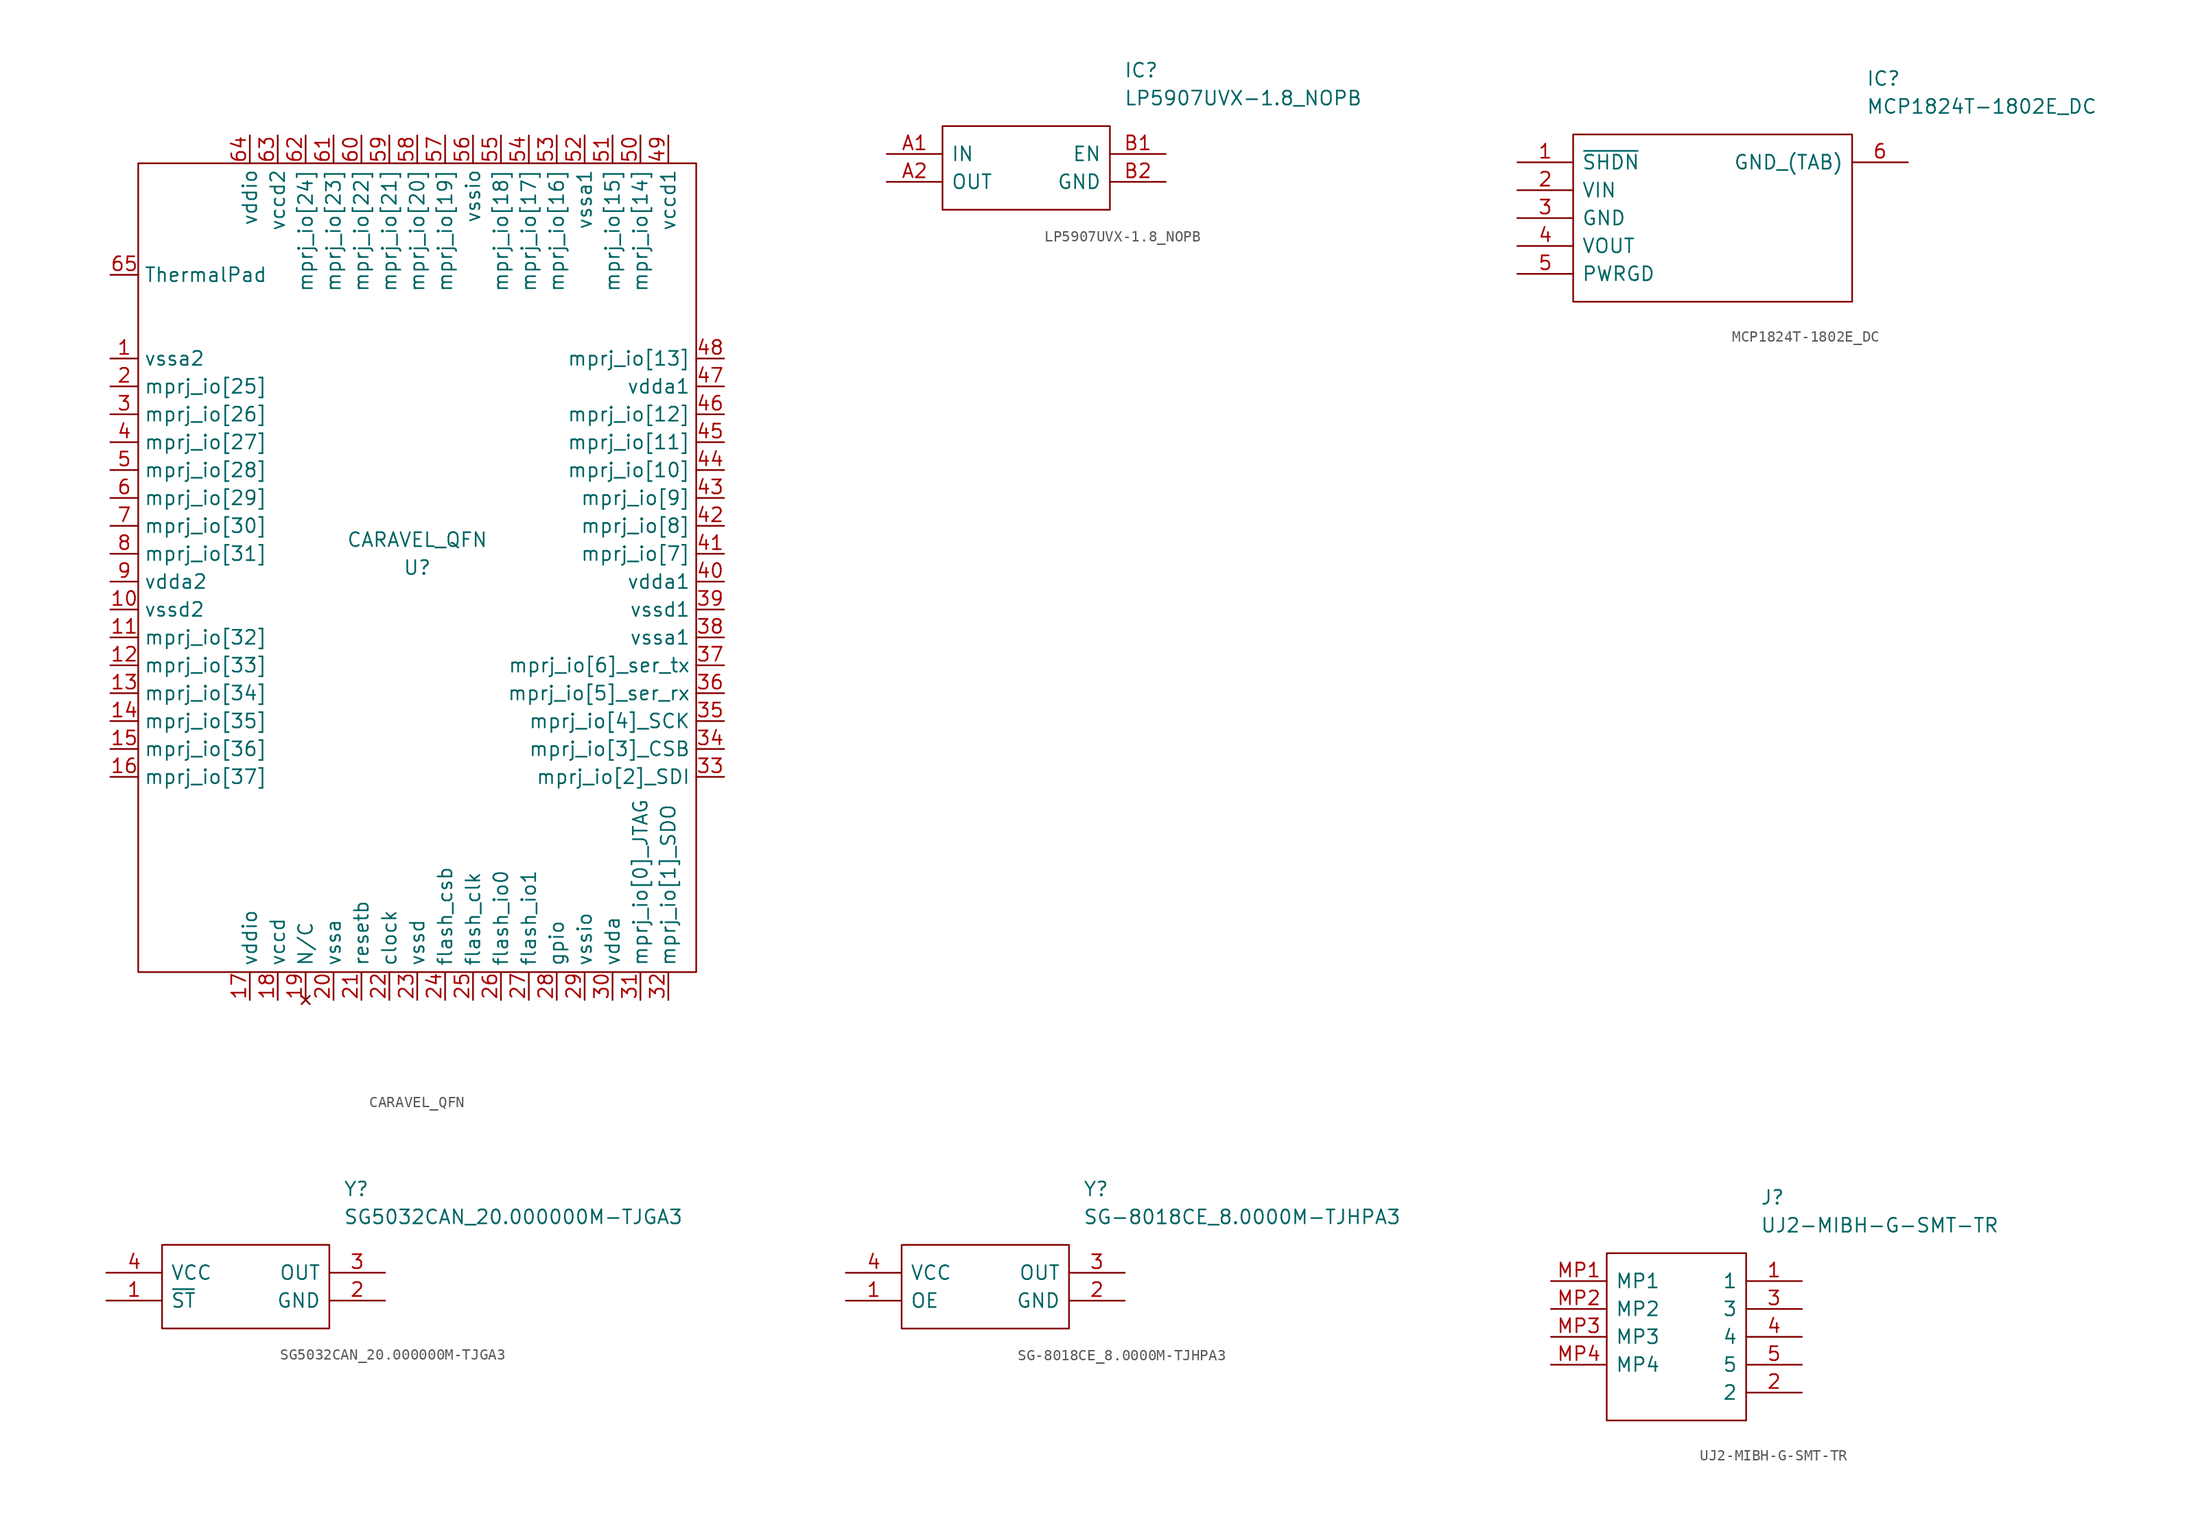
<source format=kicad_sym>
(kicad_symbol_lib
  (version 20231120)
  (generator "kicad_symbol_editor")
  (generator_version "8.0")
  (symbol "CARAVEL_QFN"
    (property "Reference" "U"
      (at 0 -1.27 0)
      (effects (font (size 1.27 1.27))))
    (property "Value" "CARAVEL_QFN"
      (at 0 1.27 0)
      (effects (font (size 1.27 1.27))))
    (symbol "CARAVEL_QFN_0_1"
      (rectangle (start -25.4 35.56) (end 25.4 -38.1) (stroke (width 0) (type default)) (fill (type none))))
    (symbol "CARAVEL_QFN_1_1"
      (pin power_in line (at -27.94 17.78 0) (length 2.54) (name "vssa2" (effects (font (size 1.27 1.27)))) (number "1" (effects (font (size 1.27 1.27)))))
      (pin power_in line (at -27.94 -5.08 0) (length 2.54) (name "vssd2" (effects (font (size 1.27 1.27)))) (number "10" (effects (font (size 1.27 1.27)))))
      (pin bidirectional line (at -27.94 -7.62 0) (length 2.54) (name "mprj_io[32]" (effects (font (size 1.27 1.27)))) (number "11" (effects (font (size 1.27 1.27)))))
      (pin bidirectional line (at -27.94 -10.16 0) (length 2.54) (name "mprj_io[33]" (effects (font (size 1.27 1.27)))) (number "12" (effects (font (size 1.27 1.27)))))
      (pin bidirectional line (at -27.94 -12.7 0) (length 2.54) (name "mprj_io[34]" (effects (font (size 1.27 1.27)))) (number "13" (effects (font (size 1.27 1.27)))))
      (pin bidirectional line (at -27.94 -15.24 0) (length 2.54) (name "mprj_io[35]" (effects (font (size 1.27 1.27)))) (number "14" (effects (font (size 1.27 1.27)))))
      (pin bidirectional line (at -27.94 -17.78 0) (length 2.54) (name "mprj_io[36]" (effects (font (size 1.27 1.27)))) (number "15" (effects (font (size 1.27 1.27)))))
      (pin bidirectional line (at -27.94 -20.32 0) (length 2.54) (name "mprj_io[37]" (effects (font (size 1.27 1.27)))) (number "16" (effects (font (size 1.27 1.27)))))
      (pin power_in line (at -15.24 -40.64 90) (length 2.54) (name "vddio" (effects (font (size 1.27 1.27)))) (number "17" (effects (font (size 1.27 1.27)))))
      (pin power_in line (at -12.7 -40.64 90) (length 2.54) (name "vccd" (effects (font (size 1.27 1.27)))) (number "18" (effects (font (size 1.27 1.27)))))
      (pin no_connect line (at -10.16 -40.64 90) (length 2.54) (name "N/C" (effects (font (size 1.27 1.27)))) (number "19" (effects (font (size 1.27 1.27)))))
      (pin bidirectional line (at -27.94 15.24 0) (length 2.54) (name "mprj_io[25]" (effects (font (size 1.27 1.27)))) (number "2" (effects (font (size 1.27 1.27)))))
      (pin power_in line (at -7.62 -40.64 90) (length 2.54) (name "vssa" (effects (font (size 1.27 1.27)))) (number "20" (effects (font (size 1.27 1.27)))))
      (pin input line (at -5.08 -40.64 90) (length 2.54) (name "resetb" (effects (font (size 1.27 1.27)))) (number "21" (effects (font (size 1.27 1.27)))))
      (pin input line (at -2.54 -40.64 90) (length 2.54) (name "clock" (effects (font (size 1.27 1.27)))) (number "22" (effects (font (size 1.27 1.27)))))
      (pin power_in line (at 0 -40.64 90) (length 2.54) (name "vssd" (effects (font (size 1.27 1.27)))) (number "23" (effects (font (size 1.27 1.27)))))
      (pin output line (at 2.54 -40.64 90) (length 2.54) (name "flash_csb" (effects (font (size 1.27 1.27)))) (number "24" (effects (font (size 1.27 1.27)))))
      (pin output line (at 5.08 -40.64 90) (length 2.54) (name "flash_clk" (effects (font (size 1.27 1.27)))) (number "25" (effects (font (size 1.27 1.27)))))
      (pin bidirectional line (at 7.62 -40.64 90) (length 2.54) (name "flash_io0" (effects (font (size 1.27 1.27)))) (number "26" (effects (font (size 1.27 1.27)))))
      (pin bidirectional line (at 10.16 -40.64 90) (length 2.54) (name "flash_io1" (effects (font (size 1.27 1.27)))) (number "27" (effects (font (size 1.27 1.27)))))
      (pin bidirectional line (at 12.7 -40.64 90) (length 2.54) (name "gpio" (effects (font (size 1.27 1.27)))) (number "28" (effects (font (size 1.27 1.27)))))
      (pin power_in line (at 15.24 -40.64 90) (length 2.54) (name "vssio" (effects (font (size 1.27 1.27)))) (number "29" (effects (font (size 1.27 1.27)))))
      (pin bidirectional line (at -27.94 12.7 0) (length 2.54) (name "mprj_io[26]" (effects (font (size 1.27 1.27)))) (number "3" (effects (font (size 1.27 1.27)))))
      (pin power_in line (at 17.78 -40.64 90) (length 2.54) (name "vdda" (effects (font (size 1.27 1.27)))) (number "30" (effects (font (size 1.27 1.27)))))
      (pin bidirectional line (at 20.32 -40.64 90) (length 2.54) (name "mprj_io[0]_JTAG" (effects (font (size 1.27 1.27)))) (number "31" (effects (font (size 1.27 1.27)))))
      (pin bidirectional line (at 22.86 -40.64 90) (length 2.54) (name "mprj_io[1]_SDO" (effects (font (size 1.27 1.27)))) (number "32" (effects (font (size 1.27 1.27)))))
      (pin bidirectional line (at 27.94 -20.32 180) (length 2.54) (name "mprj_io[2]_SDI" (effects (font (size 1.27 1.27)))) (number "33" (effects (font (size 1.27 1.27)))))
      (pin bidirectional line (at 27.94 -17.78 180) (length 2.54) (name "mprj_io[3]_CSB" (effects (font (size 1.27 1.27)))) (number "34" (effects (font (size 1.27 1.27)))))
      (pin bidirectional line (at 27.94 -15.24 180) (length 2.54) (name "mprj_io[4]_SCK" (effects (font (size 1.27 1.27)))) (number "35" (effects (font (size 1.27 1.27)))))
      (pin bidirectional line (at 27.94 -12.7 180) (length 2.54) (name "mprj_io[5]_ser_rx" (effects (font (size 1.27 1.27)))) (number "36" (effects (font (size 1.27 1.27)))))
      (pin bidirectional line (at 27.94 -10.16 180) (length 2.54) (name "mprj_io[6]_ser_tx" (effects (font (size 1.27 1.27)))) (number "37" (effects (font (size 1.27 1.27)))))
      (pin power_in line (at 27.94 -7.62 180) (length 2.54) (name "vssa1" (effects (font (size 1.27 1.27)))) (number "38" (effects (font (size 1.27 1.27)))))
      (pin power_in line (at 27.94 -5.08 180) (length 2.54) (name "vssd1" (effects (font (size 1.27 1.27)))) (number "39" (effects (font (size 1.27 1.27)))))
      (pin bidirectional line (at -27.94 10.16 0) (length 2.54) (name "mprj_io[27]" (effects (font (size 1.27 1.27)))) (number "4" (effects (font (size 1.27 1.27)))))
      (pin power_in line (at 27.94 -2.54 180) (length 2.54) (name "vdda1" (effects (font (size 1.27 1.27)))) (number "40" (effects (font (size 1.27 1.27)))))
      (pin bidirectional line (at 27.94 0 180) (length 2.54) (name "mprj_io[7]" (effects (font (size 1.27 1.27)))) (number "41" (effects (font (size 1.27 1.27)))))
      (pin bidirectional line (at 27.94 2.54 180) (length 2.54) (name "mprj_io[8]" (effects (font (size 1.27 1.27)))) (number "42" (effects (font (size 1.27 1.27)))))
      (pin bidirectional line (at 27.94 5.08 180) (length 2.54) (name "mprj_io[9]" (effects (font (size 1.27 1.27)))) (number "43" (effects (font (size 1.27 1.27)))))
      (pin bidirectional line (at 27.94 7.62 180) (length 2.54) (name "mprj_io[10]" (effects (font (size 1.27 1.27)))) (number "44" (effects (font (size 1.27 1.27)))))
      (pin bidirectional line (at 27.94 10.16 180) (length 2.54) (name "mprj_io[11]" (effects (font (size 1.27 1.27)))) (number "45" (effects (font (size 1.27 1.27)))))
      (pin bidirectional line (at 27.94 12.7 180) (length 2.54) (name "mprj_io[12]" (effects (font (size 1.27 1.27)))) (number "46" (effects (font (size 1.27 1.27)))))
      (pin power_in line (at 27.94 15.24 180) (length 2.54) (name "vdda1" (effects (font (size 1.27 1.27)))) (number "47" (effects (font (size 1.27 1.27)))))
      (pin bidirectional line (at 27.94 17.78 180) (length 2.54) (name "mprj_io[13]" (effects (font (size 1.27 1.27)))) (number "48" (effects (font (size 1.27 1.27)))))
      (pin power_in line (at 22.86 38.1 270) (length 2.54) (name "vccd1" (effects (font (size 1.27 1.27)))) (number "49" (effects (font (size 1.27 1.27)))))
      (pin bidirectional line (at -27.94 7.62 0) (length 2.54) (name "mprj_io[28]" (effects (font (size 1.27 1.27)))) (number "5" (effects (font (size 1.27 1.27)))))
      (pin bidirectional line (at 20.32 38.1 270) (length 2.54) (name "mprj_io[14]" (effects (font (size 1.27 1.27)))) (number "50" (effects (font (size 1.27 1.27)))))
      (pin bidirectional line (at 17.78 38.1 270) (length 2.54) (name "mprj_io[15]" (effects (font (size 1.27 1.27)))) (number "51" (effects (font (size 1.27 1.27)))))
      (pin power_in line (at 15.24 38.1 270) (length 2.54) (name "vssa1" (effects (font (size 1.27 1.27)))) (number "52" (effects (font (size 1.27 1.27)))))
      (pin bidirectional line (at 12.7 38.1 270) (length 2.54) (name "mprj_io[16]" (effects (font (size 1.27 1.27)))) (number "53" (effects (font (size 1.27 1.27)))))
      (pin bidirectional line (at 10.16 38.1 270) (length 2.54) (name "mprj_io[17]" (effects (font (size 1.27 1.27)))) (number "54" (effects (font (size 1.27 1.27)))))
      (pin bidirectional line (at 7.62 38.1 270) (length 2.54) (name "mprj_io[18]" (effects (font (size 1.27 1.27)))) (number "55" (effects (font (size 1.27 1.27)))))
      (pin power_in line (at 5.08 38.1 270) (length 2.54) (name "vssio" (effects (font (size 1.27 1.27)))) (number "56" (effects (font (size 1.27 1.27)))))
      (pin bidirectional line (at 2.54 38.1 270) (length 2.54) (name "mprj_io[19]" (effects (font (size 1.27 1.27)))) (number "57" (effects (font (size 1.27 1.27)))))
      (pin bidirectional line (at 0 38.1 270) (length 2.54) (name "mprj_io[20]" (effects (font (size 1.27 1.27)))) (number "58" (effects (font (size 1.27 1.27)))))
      (pin bidirectional line (at -2.54 38.1 270) (length 2.54) (name "mprj_io[21]" (effects (font (size 1.27 1.27)))) (number "59" (effects (font (size 1.27 1.27)))))
      (pin bidirectional line (at -27.94 5.08 0) (length 2.54) (name "mprj_io[29]" (effects (font (size 1.27 1.27)))) (number "6" (effects (font (size 1.27 1.27)))))
      (pin bidirectional line (at -5.08 38.1 270) (length 2.54) (name "mprj_io[22]" (effects (font (size 1.27 1.27)))) (number "60" (effects (font (size 1.27 1.27)))))
      (pin bidirectional line (at -7.62 38.1 270) (length 2.54) (name "mprj_io[23]" (effects (font (size 1.27 1.27)))) (number "61" (effects (font (size 1.27 1.27)))))
      (pin bidirectional line (at -10.16 38.1 270) (length 2.54) (name "mprj_io[24]" (effects (font (size 1.27 1.27)))) (number "62" (effects (font (size 1.27 1.27)))))
      (pin power_in line (at -12.7 38.1 270) (length 2.54) (name "vccd2" (effects (font (size 1.27 1.27)))) (number "63" (effects (font (size 1.27 1.27)))))
      (pin power_in line (at -15.24 38.1 270) (length 2.54) (name "vddio" (effects (font (size 1.27 1.27)))) (number "64" (effects (font (size 1.27 1.27)))))
      (pin power_in line (at -27.94 25.4 0) (length 2.54) (name "ThermalPad" (effects (font (size 1.27 1.27)))) (number "65" (effects (font (size 1.27 1.27)))))
      (pin bidirectional line (at -27.94 2.54 0) (length 2.54) (name "mprj_io[30]" (effects (font (size 1.27 1.27)))) (number "7" (effects (font (size 1.27 1.27)))))
      (pin bidirectional line (at -27.94 0 0) (length 2.54) (name "mprj_io[31]" (effects (font (size 1.27 1.27)))) (number "8" (effects (font (size 1.27 1.27)))))
      (pin power_in line (at -27.94 -2.54 0) (length 2.54) (name "vdda2" (effects (font (size 1.27 1.27)))) (number "9" (effects (font (size 1.27 1.27)))))))
  (symbol "LP5907UVX-1.8_NOPB"
    (pin_names
      (offset 0.762))
    (property "Reference" "IC"
      (at 21.59 7.62 0)
      (effects (font (size 1.27 1.27)) (justify left)))
    (property "Value" "LP5907UVX-1.8_NOPB"
      (at 21.59 5.08 0)
      (effects (font (size 1.27 1.27)) (justify left)))
    (symbol "LP5907UVX-1.8_NOPB_0_0"
      (pin power_in line (at 0 0 0) (length 5.08) (name "IN" (effects (font (size 1.27 1.27)))) (number "A1" (effects (font (size 1.27 1.27)))))
      (pin power_out line (at 0 -2.54 0) (length 5.08) (name "OUT" (effects (font (size 1.27 1.27)))) (number "A2" (effects (font (size 1.27 1.27)))))
      (pin passive line (at 25.4 0 180) (length 5.08) (name "EN" (effects (font (size 1.27 1.27)))) (number "B1" (effects (font (size 1.27 1.27)))))
      (pin passive line (at 25.4 -2.54 180) (length 5.08) (name "GND" (effects (font (size 1.27 1.27)))) (number "B2" (effects (font (size 1.27 1.27))))))
    (symbol "LP5907UVX-1.8_NOPB_0_1"
      (polyline (pts (xy 5.08 2.54) (xy 20.32 2.54) (xy 20.32 -5.08) (xy 5.08 -5.08) (xy 5.08 2.54)) (stroke (width 0.152) (type default)) (fill (type none)))))
  (symbol "MCP1824T-1802E_DC"
    (pin_names
      (offset 0.762))
    (property "Reference" "IC"
      (at 31.75 7.62 0)
      (effects (font (size 1.27 1.27)) (justify left)))
    (property "Value" "MCP1824T-1802E_DC"
      (at 31.75 5.08 0)
      (effects (font (size 1.27 1.27)) (justify left)))
    (symbol "MCP1824T-1802E_DC_0_0"
      (pin passive line (at 0 0 0) (length 5.08) (name "~{SHDN}" (effects (font (size 1.27 1.27)))) (number "1" (effects (font (size 1.27 1.27)))))
      (pin power_in line (at 0 -2.54 0) (length 5.08) (name "VIN" (effects (font (size 1.27 1.27)))) (number "2" (effects (font (size 1.27 1.27)))))
      (pin power_in line (at 0 -5.08 0) (length 5.08) (name "GND" (effects (font (size 1.27 1.27)))) (number "3" (effects (font (size 1.27 1.27)))))
      (pin power_out line (at 0 -7.62 0) (length 5.08) (name "VOUT" (effects (font (size 1.27 1.27)))) (number "4" (effects (font (size 1.27 1.27)))))
      (pin passive line (at 0 -10.16 0) (length 5.08) (name "PWRGD" (effects (font (size 1.27 1.27)))) (number "5" (effects (font (size 1.27 1.27)))))
      (pin power_in line (at 35.56 0 180) (length 5.08) (name "GND_(TAB)" (effects (font (size 1.27 1.27)))) (number "6" (effects (font (size 1.27 1.27))))))
    (symbol "MCP1824T-1802E_DC_0_1"
      (polyline (pts (xy 5.08 2.54) (xy 30.48 2.54) (xy 30.48 -12.7) (xy 5.08 -12.7) (xy 5.08 2.54)) (stroke (width 0.152) (type default)) (fill (type none)))))
  (symbol "SG5032CAN_20.000000M-TJGA3"
    (pin_names
      (offset 0.762))
    (property "Reference" "Y"
      (at 21.59 7.62 0)
      (effects (font (size 1.27 1.27)) (justify left)))
    (property "Value" "SG5032CAN_20.000000M-TJGA3"
      (at 21.59 5.08 0)
      (effects (font (size 1.27 1.27)) (justify left)))
    (symbol "SG5032CAN_20.000000M-TJGA3_0_0"
      (pin passive line (at 0 -2.54 0) (length 5.08) (name "~{ST}" (effects (font (size 1.27 1.27)))) (number "1" (effects (font (size 1.27 1.27)))))
      (pin passive line (at 25.4 -2.54 180) (length 5.08) (name "GND" (effects (font (size 1.27 1.27)))) (number "2" (effects (font (size 1.27 1.27)))))
      (pin passive line (at 25.4 0 180) (length 5.08) (name "OUT" (effects (font (size 1.27 1.27)))) (number "3" (effects (font (size 1.27 1.27)))))
      (pin passive line (at 0 0 0) (length 5.08) (name "VCC" (effects (font (size 1.27 1.27)))) (number "4" (effects (font (size 1.27 1.27))))))
    (symbol "SG5032CAN_20.000000M-TJGA3_0_1"
      (polyline (pts (xy 5.08 2.54) (xy 20.32 2.54) (xy 20.32 -5.08) (xy 5.08 -5.08) (xy 5.08 2.54)) (stroke (width 0.152) (type default)) (fill (type none)))))
  (symbol "SG-8018CE_8.0000M-TJHPA3"
    (pin_names
      (offset 0.762))
    (property "Reference" "Y"
      (at 21.59 7.62 0)
      (effects (font (size 1.27 1.27)) (justify left)))
    (property "Value" "SG-8018CE_8.0000M-TJHPA3"
      (at 21.59 5.08 0)
      (effects (font (size 1.27 1.27)) (justify left)))
    (symbol "SG-8018CE_8.0000M-TJHPA3_0_0"
      (pin passive line (at 0 -2.54 0) (length 5.08) (name "OE" (effects (font (size 1.27 1.27)))) (number "1" (effects (font (size 1.27 1.27)))))
      (pin passive line (at 25.4 -2.54 180) (length 5.08) (name "GND" (effects (font (size 1.27 1.27)))) (number "2" (effects (font (size 1.27 1.27)))))
      (pin passive line (at 25.4 0 180) (length 5.08) (name "OUT" (effects (font (size 1.27 1.27)))) (number "3" (effects (font (size 1.27 1.27)))))
      (pin passive line (at 0 0 0) (length 5.08) (name "VCC" (effects (font (size 1.27 1.27)))) (number "4" (effects (font (size 1.27 1.27))))))
    (symbol "SG-8018CE_8.0000M-TJHPA3_0_1"
      (polyline (pts (xy 5.08 2.54) (xy 20.32 2.54) (xy 20.32 -5.08) (xy 5.08 -5.08) (xy 5.08 2.54)) (stroke (width 0.152) (type default)) (fill (type none)))))
  (symbol "UJ2-MIBH-G-SMT-TR"
    (pin_names
      (offset 0.762))
    (property "Reference" "J"
      (at 19.05 7.62 0)
      (effects (font (size 1.27 1.27)) (justify left)))
    (property "Value" "UJ2-MIBH-G-SMT-TR"
      (at 19.05 5.08 0)
      (effects (font (size 1.27 1.27)) (justify left)))
    (symbol "UJ2-MIBH-G-SMT-TR_0_0"
      (pin passive line (at 22.86 0 180) (length 5.08) (name "1" (effects (font (size 1.27 1.27)))) (number "1" (effects (font (size 1.27 1.27)))))
      (pin passive line (at 22.86 -10.16 180) (length 5.08) (name "2" (effects (font (size 1.27 1.27)))) (number "2" (effects (font (size 1.27 1.27)))))
      (pin passive line (at 22.86 -2.54 180) (length 5.08) (name "3" (effects (font (size 1.27 1.27)))) (number "3" (effects (font (size 1.27 1.27)))))
      (pin passive line (at 22.86 -5.08 180) (length 5.08) (name "4" (effects (font (size 1.27 1.27)))) (number "4" (effects (font (size 1.27 1.27)))))
      (pin passive line (at 22.86 -7.62 180) (length 5.08) (name "5" (effects (font (size 1.27 1.27)))) (number "5" (effects (font (size 1.27 1.27)))))
      (pin passive line (at 0 0 0) (length 5.08) (name "MP1" (effects (font (size 1.27 1.27)))) (number "MP1" (effects (font (size 1.27 1.27)))))
      (pin passive line (at 0 -2.54 0) (length 5.08) (name "MP2" (effects (font (size 1.27 1.27)))) (number "MP2" (effects (font (size 1.27 1.27)))))
      (pin passive line (at 0 -5.08 0) (length 5.08) (name "MP3" (effects (font (size 1.27 1.27)))) (number "MP3" (effects (font (size 1.27 1.27)))))
      (pin passive line (at 0 -7.62 0) (length 5.08) (name "MP4" (effects (font (size 1.27 1.27)))) (number "MP4" (effects (font (size 1.27 1.27))))))
    (symbol "UJ2-MIBH-G-SMT-TR_0_1"
      (polyline (pts (xy 5.08 2.54) (xy 17.78 2.54) (xy 17.78 -12.7) (xy 5.08 -12.7) (xy 5.08 2.54)) (stroke (width 0.152) (type default)) (fill (type none))))))
</source>
